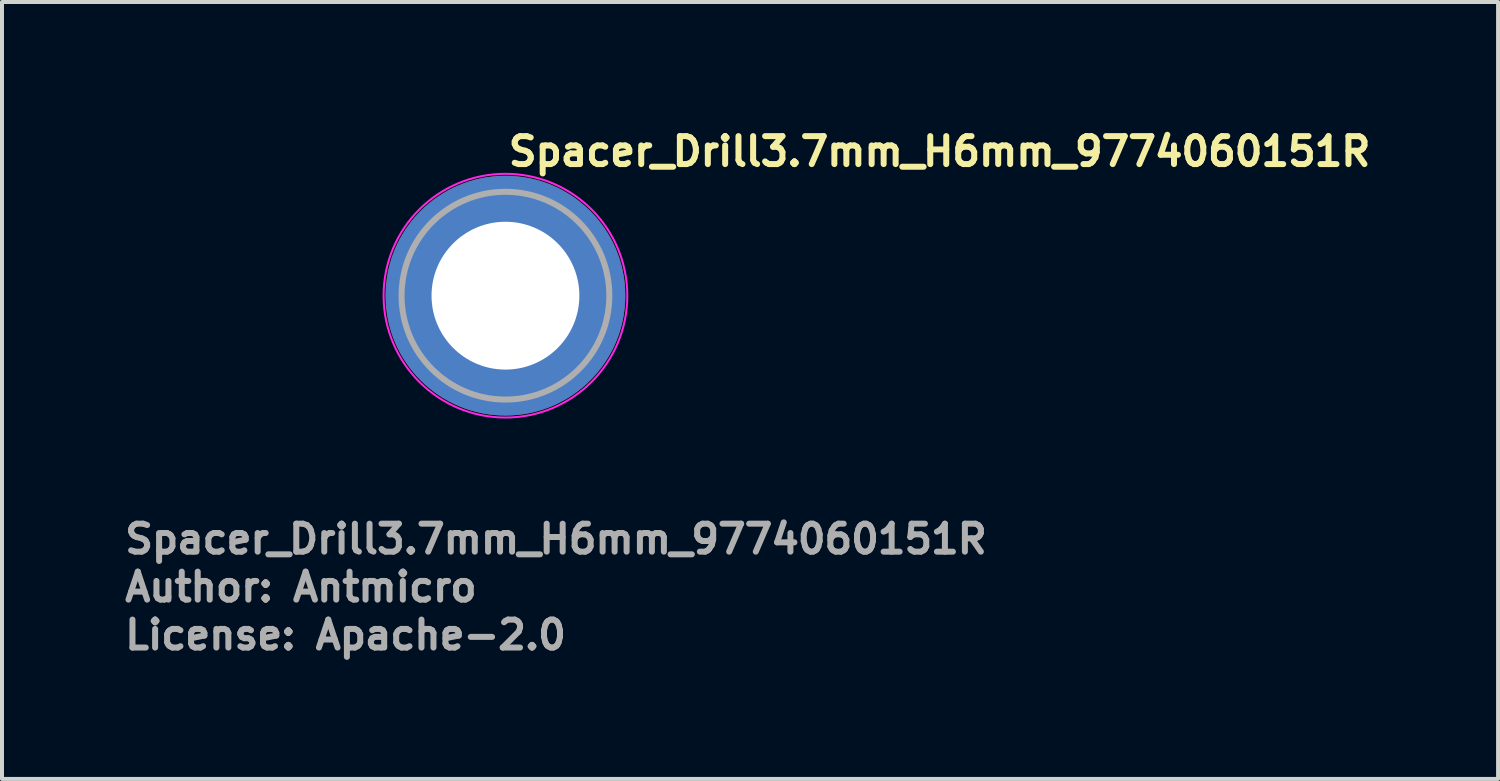
<source format=kicad_pcb>
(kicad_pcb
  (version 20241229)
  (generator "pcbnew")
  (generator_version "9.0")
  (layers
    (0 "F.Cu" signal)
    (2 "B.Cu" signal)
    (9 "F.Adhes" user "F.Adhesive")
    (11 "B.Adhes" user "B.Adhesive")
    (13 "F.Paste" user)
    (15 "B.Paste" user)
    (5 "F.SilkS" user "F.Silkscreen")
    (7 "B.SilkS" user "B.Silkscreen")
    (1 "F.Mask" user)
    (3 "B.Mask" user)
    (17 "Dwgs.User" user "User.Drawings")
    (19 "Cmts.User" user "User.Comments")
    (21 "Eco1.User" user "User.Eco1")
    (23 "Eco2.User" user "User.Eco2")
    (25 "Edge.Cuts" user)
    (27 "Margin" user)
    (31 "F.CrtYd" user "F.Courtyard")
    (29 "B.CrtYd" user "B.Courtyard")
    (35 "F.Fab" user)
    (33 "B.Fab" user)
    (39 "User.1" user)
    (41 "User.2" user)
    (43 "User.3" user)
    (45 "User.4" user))
  (footprint "Spacer_Drill3.7mm_H6mm_9774060151R"
    (layer "F.Cu")
    (at 9.6 4.35)
    (property "Reference" "Spacer_Drill3.7mm_H6mm_9774060151R" (at 0 -3.2 0) (layer "F.SilkS") (effects (font (size 0.7 0.7) (thickness 0.15)) (justify left bottom)))
    (attr smd)
    (fp_circle (center 0 0) (end 3.05 0) (stroke (width 0.05) (type solid)) (fill no) (layer "F.CrtYd"))
    (fp_circle (center 0 0) (end 2.6 0) (stroke (width 0.15) (type solid)) (fill no) (layer "F.Fab"))
    (fp_circle (center 0 0) (end 2.6 0) (stroke (width 0.1) (type solid)) (fill no) (layer "User.5"))
    (fp_circle (center 0 0) (end 1 0) (stroke (width 0.02) (type default)) (fill no) (layer "User.9"))
    (fp_circle (center 0 0) (end 2.55 0) (stroke (width 0.02) (type default)) (fill no) (layer "User.9"))
    (fp_text user "License: Apache-2.0" (at -9.6 8.9 0) (layer "F.Fab") (effects (font (size 0.7 0.7) (thickness 0.15)) (justify left bottom)))
    (fp_text user "Author: Antmicro" (at -9.6 7.7 0) (layer "F.Fab") (effects (font (size 0.7 0.7) (thickness 0.15)) (justify left bottom)))
    (fp_text user "${REFERENCE}" (at -9.6 6.5 0) (layer "F.Fab") (effects (font (size 0.7 0.7) (thickness 0.15)) (justify left bottom)))
    (pad "" smd custom (at -1.7 -1.7) (size 0.62 0.62) (layers "F.Paste") (options (anchor circle)) (primitives (gr_arc (start -0.250195 1.279127) (mid 0.285453 0.294389) (end 1.266786 -0.24747) (width 0.2)) (gr_arc (start -0.34334 1.279127) (mid 0.218448 0.232561) (end 1.259603 -0.339191) (width 0.2)) (gr_arc (start -0.436309 1.279127) (mid 0.152481 0.169693) (end 1.255279 -0.431435) (width 0.2)) (gr_arc (start -0.529126 1.279127) (mid 0.087542 0.105784) (end 1.253811 -0.524161) (width 0.2)) (gr_arc (start -0.621807 1.279127) (mid 0.0309 0.033527) (end 1.275473 -0.621136) (width 0.2)) (gr_arc (start -0.71437 1.279127) (mid -0.037758 -0.026651) (end 1.263664 -0.711602) (width 0.2)) (gr_arc (start -0.806826 1.279127) (mid -0.105837 -0.087395) (end 1.253435 -0.802342) (width 0.2)) (gr_arc (start -0.899187 1.279127) (mid -0.165236 -0.156885) (end 1.267475 -0.897258) (width 0.2)) (gr_arc (start -0.991463 1.279127) (mid -0.228522 -0.222449) (end 1.270645 -0.990112) (width 0.2)) (gr_arc (start -1.083663 1.279127) (mid -0.294507 -0.285313) (end 1.266278 -1.081674) (width 0.2)) (gr_line (start 1.279 -0.25) (end 1.279 -1.084) (width 0.2)) (gr_line (start -0.25 1.279) (end -1.084 1.279) (width 0.2))))
    (pad "" smd custom (at -1.7 1.7 90) (size 0.62 0.62) (layers "F.Paste") (options (anchor circle)) (primitives (gr_arc (start -0.250195 1.279127) (mid 0.285453 0.294389) (end 1.266786 -0.24747) (width 0.2)) (gr_arc (start -0.34334 1.279127) (mid 0.218448 0.232561) (end 1.259603 -0.339191) (width 0.2)) (gr_arc (start -0.436309 1.279127) (mid 0.152481 0.169693) (end 1.255279 -0.431435) (width 0.2)) (gr_arc (start -0.529126 1.279127) (mid 0.087542 0.105784) (end 1.253811 -0.524161) (width 0.2)) (gr_arc (start -0.621807 1.279127) (mid 0.0309 0.033527) (end 1.275473 -0.621136) (width 0.2)) (gr_arc (start -0.71437 1.279127) (mid -0.037758 -0.026651) (end 1.263664 -0.711602) (width 0.2)) (gr_arc (start -0.806826 1.279127) (mid -0.105837 -0.087395) (end 1.253435 -0.802342) (width 0.2)) (gr_arc (start -0.899187 1.279127) (mid -0.165236 -0.156885) (end 1.267475 -0.897258) (width 0.2)) (gr_arc (start -0.991463 1.279127) (mid -0.228522 -0.222449) (end 1.270645 -0.990112) (width 0.2)) (gr_arc (start -1.083663 1.279127) (mid -0.294507 -0.285313) (end 1.266278 -1.081674) (width 0.2)) (gr_line (start 1.279 -0.25) (end 1.279 -1.084) (width 0.2)) (gr_line (start -0.25 1.279) (end -1.084 1.279) (width 0.2))))
    (pad "" smd custom (at 1.7 -1.7 270) (size 0.62 0.62) (layers "F.Paste") (options (anchor circle)) (primitives (gr_arc (start -0.250195 1.279127) (mid 0.285453 0.294389) (end 1.266786 -0.24747) (width 0.2)) (gr_arc (start -0.34334 1.279127) (mid 0.218448 0.232561) (end 1.259603 -0.339191) (width 0.2)) (gr_arc (start -0.436309 1.279127) (mid 0.152481 0.169693) (end 1.255279 -0.431435) (width 0.2)) (gr_arc (start -0.529126 1.279127) (mid 0.087542 0.105784) (end 1.253811 -0.524161) (width 0.2)) (gr_arc (start -0.621807 1.279127) (mid 0.0309 0.033527) (end 1.275473 -0.621136) (width 0.2)) (gr_arc (start -0.71437 1.279127) (mid -0.037758 -0.026651) (end 1.263664 -0.711602) (width 0.2)) (gr_arc (start -0.806826 1.279127) (mid -0.105837 -0.087395) (end 1.253435 -0.802342) (width 0.2)) (gr_arc (start -0.899187 1.279127) (mid -0.165236 -0.156885) (end 1.267475 -0.897258) (width 0.2)) (gr_arc (start -0.991463 1.279127) (mid -0.228522 -0.222449) (end 1.270645 -0.990112) (width 0.2)) (gr_arc (start -1.083663 1.279127) (mid -0.294507 -0.285313) (end 1.266278 -1.081674) (width 0.2)) (gr_line (start 1.279 -0.25) (end 1.279 -1.084) (width 0.2)) (gr_line (start -0.25 1.279) (end -1.084 1.279) (width 0.2))))
    (pad "" smd custom (at 1.7 1.7 180) (size 0.62 0.62) (layers "F.Paste") (options (anchor circle)) (primitives (gr_arc (start -0.250195 1.279127) (mid 0.285453 0.294389) (end 1.266786 -0.24747) (width 0.2)) (gr_arc (start -0.34334 1.279127) (mid 0.218448 0.232561) (end 1.259603 -0.339191) (width 0.2)) (gr_arc (start -0.436309 1.279127) (mid 0.152481 0.169693) (end 1.255279 -0.431435) (width 0.2)) (gr_arc (start -0.529126 1.279127) (mid 0.087542 0.105784) (end 1.253811 -0.524161) (width 0.2)) (gr_arc (start -0.621807 1.279127) (mid 0.0309 0.033527) (end 1.275473 -0.621136) (width 0.2)) (gr_arc (start -0.71437 1.279127) (mid -0.037758 -0.026651) (end 1.263664 -0.711602) (width 0.2)) (gr_arc (start -0.806826 1.279127) (mid -0.105837 -0.087395) (end 1.253435 -0.802342) (width 0.2)) (gr_arc (start -0.899187 1.279127) (mid -0.165236 -0.156885) (end 1.267475 -0.897258) (width 0.2)) (gr_arc (start -0.991463 1.279127) (mid -0.228522 -0.222449) (end 1.270645 -0.990112) (width 0.2)) (gr_arc (start -1.083663 1.279127) (mid -0.294507 -0.285313) (end 1.266278 -1.081674) (width 0.2)) (gr_line (start 1.279 -0.25) (end 1.279 -1.084) (width 0.2)) (gr_line (start -0.25 1.279) (end -1.084 1.279) (width 0.2))))
    (pad "1" thru_hole circle (at 0 0) (size 6 6) (drill 3.7) (layers "*.Cu" "*.Mask")))
  (gr_rect
    (start -3 -3)
    (end 34.443 16.445)
    (stroke (width 0.1) (type default))
    (fill no)
    (layer "Edge.Cuts")))
</source>
